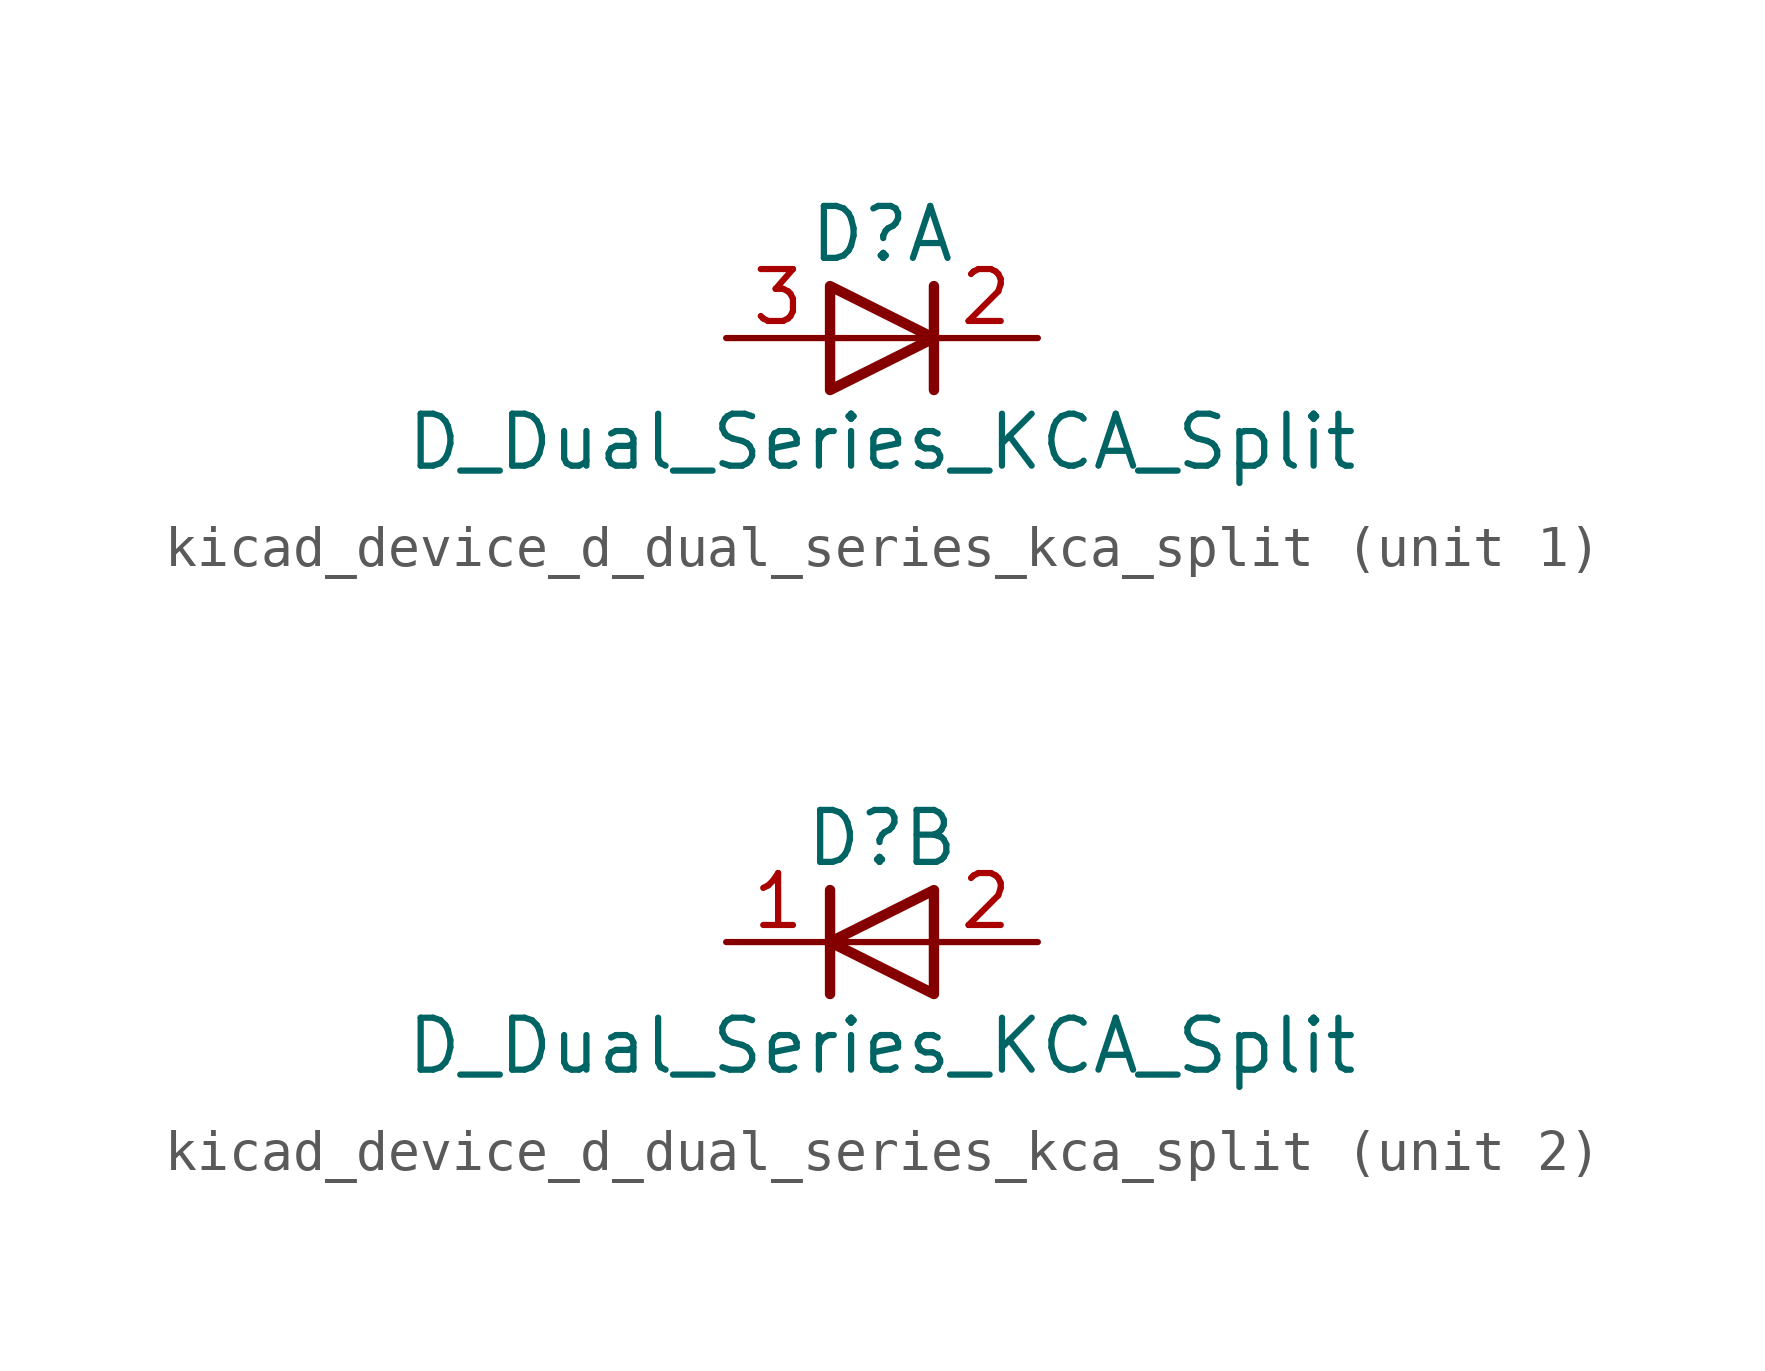
<source format=kicad_sym>
(kicad_symbol_lib
  (version 20220914)
  (generator kicad_symbol_editor)
  (symbol "kicad_device_d_dual_series_kca_split"
    (pin_names
      (offset 0.762) hide)
    (property "Reference" "D"
      (at 0 2.54 0)
      (effects (font (size 1.27 1.27))))
    (property "Value" "D_Dual_Series_KCA_Split"
      (at 0 -2.54 0)
      (effects (font (size 1.27 1.27))))
    (property "ki_locked" ""
      (at 0 0 0)
      (effects (font (size 1.27 1.27))))
    (symbol "kicad_device_d_dual_series_kca_split_0_1"
      (pin passive line (at 3.81 0 180) (length 2.54) (name "K" (effects (font (size 1.27 1.27)))) (number "2" (effects (font (size 1.27 1.27))))))
    (symbol "kicad_device_d_dual_series_kca_split_1_0"
      (polyline (pts (xy 1.27 1.27) (xy 1.27 -1.27)) (stroke (width 0.254) (type default)) (fill (type none))))
    (symbol "kicad_device_d_dual_series_kca_split_1_1"
      (polyline (pts (xy 1.27 0) (xy -1.27 0)) (stroke (width 0) (type default)) (fill (type none)))
      (polyline (pts (xy -1.27 1.27) (xy 1.27 0) (xy -1.27 -1.27) (xy -1.27 1.27) (xy -1.27 1.27) (xy -1.27 1.27)) (stroke (width 0.254) (type default)) (fill (type none)))
      (pin passive line (at -3.81 0 0) (length 2.54) (name "A" (effects (font (size 1.27 1.27)))) (number "3" (effects (font (size 1.27 1.27))))))
    (symbol "kicad_device_d_dual_series_kca_split_2_0"
      (polyline (pts (xy -1.27 1.27) (xy -1.27 -1.27)) (stroke (width 0.254) (type default)) (fill (type none))))
    (symbol "kicad_device_d_dual_series_kca_split_2_1"
      (polyline (pts (xy -1.27 0) (xy 1.27 0)) (stroke (width 0) (type default)) (fill (type none)))
      (polyline (pts (xy 1.27 1.27) (xy -1.27 0) (xy 1.27 -1.27) (xy 1.27 1.27) (xy 1.27 1.27) (xy 1.27 1.27)) (stroke (width 0.254) (type default)) (fill (type none)))
      (pin passive line (at -3.81 0 0) (length 2.54) (name "K" (effects (font (size 1.27 1.27)))) (number "1" (effects (font (size 1.27 1.27))))))))
</source>
